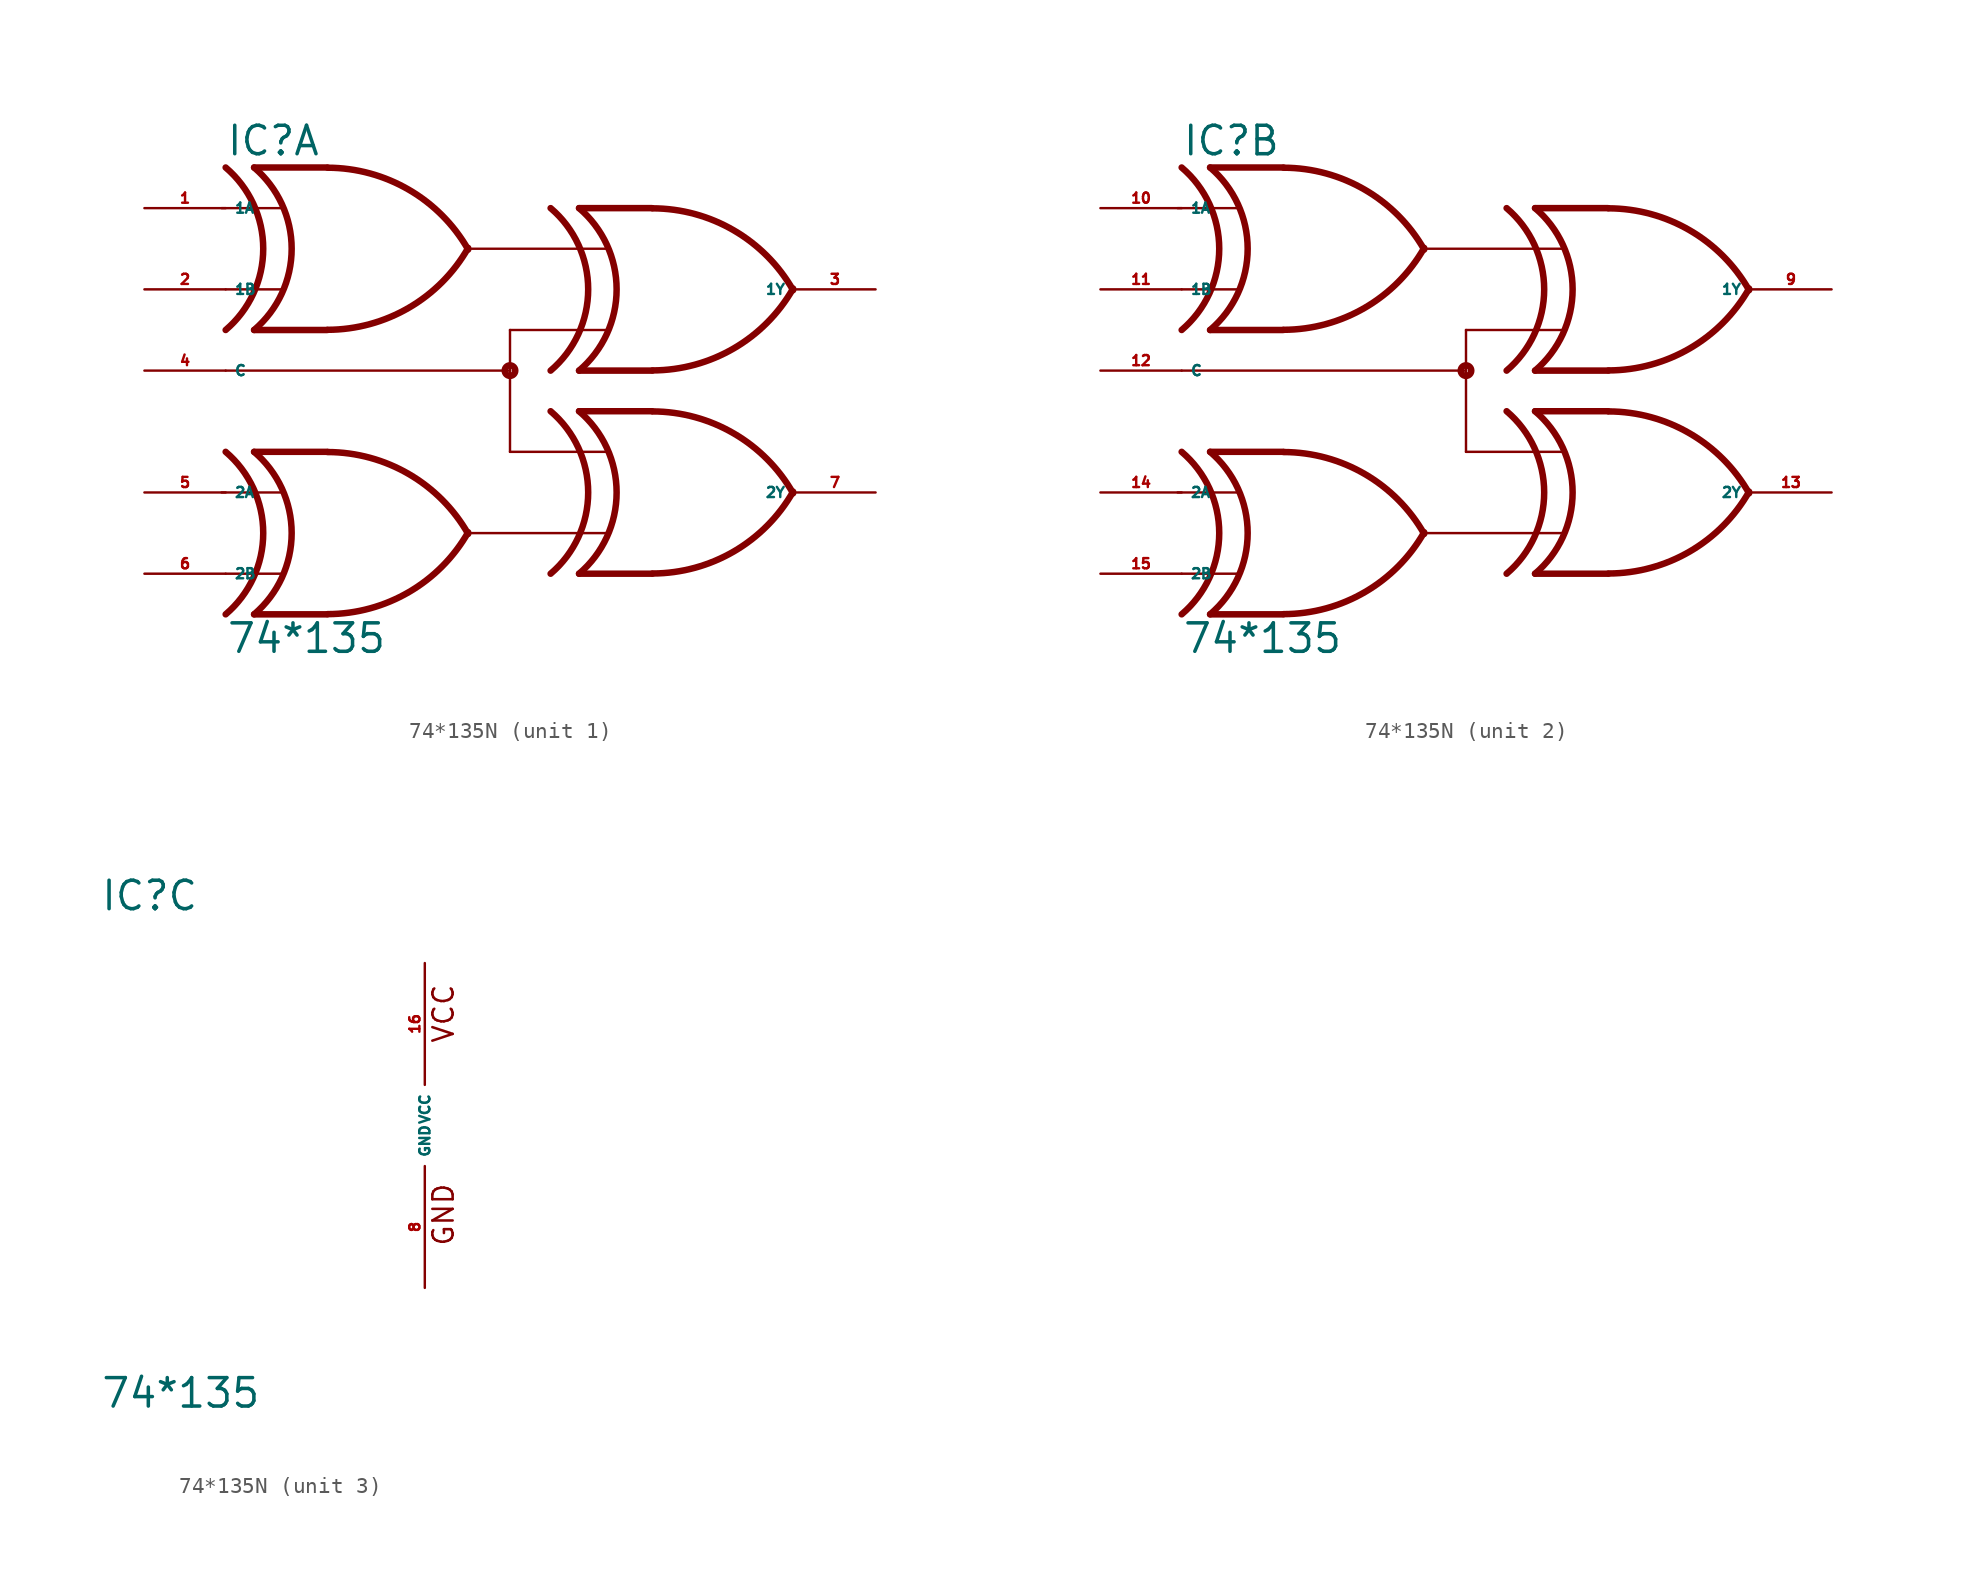
<source format=kicad_sym>
(kicad_symbol_lib
  (version 20220914)
  (generator Eagle2Kicad)
  (symbol "74*135N"
    (property "Reference" "IC"
      (at -20.32 13.335 0)
      (effects (font (size 1.778 1.778) (thickness 0.22)) (justify left bottom)))
    (property "Value" "74*135"
      (at -20.32 -17.78 0)
      (effects (font (size 1.778 1.778) (thickness 0.22)) (justify left bottom)))
    (symbol "74*135N_1_0"
      (polyline (pts (xy -13.97 -5.08) (xy -18.542 -5.08)) (stroke (width 0.406) (type default)) (fill (type none)))
      (polyline (pts (xy -13.97 -15.24) (xy -18.542 -15.24)) (stroke (width 0.406) (type default)) (fill (type none)))
      (polyline (pts (xy -20.574 -7.62) (xy -16.764 -7.62)) (stroke (width 0.152) (type default)) (fill (type none)))
      (polyline (pts (xy -20.32 -12.7) (xy -16.764 -12.7)) (stroke (width 0.152) (type default)) (fill (type none)))
      (arc (start -13.9446 -15.2278) (mid -8.863 -13.849) (end -5.1559 -10.1092) (stroke (width 0.4064) (type default)) (fill (type none)))
      (arc (start -5.156 -10.2107) (mid -8.863 -6.471) (end -13.9446 -5.0922) (stroke (width 0.4064) (type default)) (fill (type none)))
      (arc (start -18.542 -15.24) (mid -16.193 -10.160) (end -18.542 -5.08) (stroke (width 0.4064) (type default)) (fill (type none)))
      (arc (start -20.32 -15.24) (mid -17.971 -10.160) (end -20.32 -5.08) (stroke (width 0.4064) (type default)) (fill (type none)))
      (polyline (pts (xy -13.97 12.7) (xy -18.542 12.7)) (stroke (width 0.406) (type default)) (fill (type none)))
      (polyline (pts (xy -13.97 2.54) (xy -18.542 2.54)) (stroke (width 0.406) (type default)) (fill (type none)))
      (polyline (pts (xy -20.574 10.16) (xy -16.764 10.16)) (stroke (width 0.152) (type default)) (fill (type none)))
      (polyline (pts (xy -20.32 5.08) (xy -16.764 5.08)) (stroke (width 0.152) (type default)) (fill (type none)))
      (arc (start -13.9446 2.5522) (mid -8.863 3.931) (end -5.1559 7.6705) (stroke (width 0.4064) (type default)) (fill (type none)))
      (arc (start -5.1558 7.5694) (mid -8.863 11.309) (end -13.9446 12.6878) (stroke (width 0.4064) (type default)) (fill (type none)))
      (arc (start -18.542 2.54) (mid -16.193 7.620) (end -18.542 12.7) (stroke (width 0.4064) (type default)) (fill (type none)))
      (arc (start -20.32 2.54) (mid -17.971 7.620) (end -20.32 12.7) (stroke (width 0.4064) (type default)) (fill (type none)))
      (polyline (pts (xy 6.35 10.16) (xy 1.778 10.16)) (stroke (width 0.406) (type default)) (fill (type none)))
      (polyline (pts (xy 6.35 0) (xy 1.778 0)) (stroke (width 0.406) (type default)) (fill (type none)))
      (arc (start 6.3754 0.0122) (mid 11.457 1.391) (end 15.1637 5.1308) (stroke (width 0.4064) (type default)) (fill (type none)))
      (arc (start 15.1639 5.0293) (mid 11.457 8.769) (end 6.3754 10.1478) (stroke (width 0.4064) (type default)) (fill (type none)))
      (arc (start 1.778 0) (mid 4.127 5.080) (end 1.778 10.16) (stroke (width 0.4064) (type default)) (fill (type none)))
      (arc (start 0 0) (mid 2.349 5.080) (end 0 10.16) (stroke (width 0.4064) (type default)) (fill (type none)))
      (polyline (pts (xy 6.35 -2.54) (xy 1.778 -2.54)) (stroke (width 0.406) (type default)) (fill (type none)))
      (polyline (pts (xy 6.35 -12.7) (xy 1.778 -12.7)) (stroke (width 0.406) (type default)) (fill (type none)))
      (arc (start 6.3754 -12.6878) (mid 11.457 -11.309) (end 15.1637 -7.5691) (stroke (width 0.4064) (type default)) (fill (type none)))
      (arc (start 15.1636 -7.671) (mid 11.457 -3.931) (end 6.3754 -2.5522) (stroke (width 0.4064) (type default)) (fill (type none)))
      (arc (start 1.778 -12.7) (mid 4.127 -7.620) (end 1.778 -2.54) (stroke (width 0.4064) (type default)) (fill (type none)))
      (arc (start 0 -12.7) (mid 2.349 -7.620) (end 0 -2.54) (stroke (width 0.4064) (type default)) (fill (type none)))
      (polyline (pts (xy -5.08 -10.16) (xy 3.556 -10.16)) (stroke (width 0.152) (type default)) (fill (type none)))
      (polyline (pts (xy -2.54 -5.08) (xy 3.556 -5.08)) (stroke (width 0.152) (type default)) (fill (type none)))
      (polyline (pts (xy -2.54 2.54) (xy 3.556 2.54)) (stroke (width 0.152) (type default)) (fill (type none)))
      (polyline (pts (xy -5.08 7.62) (xy 3.556 7.62)) (stroke (width 0.152) (type default)) (fill (type none)))
      (polyline (pts (xy -2.54 0) (xy -20.32 0)) (stroke (width 0.152) (type default)) (fill (type none)))
      (polyline (pts (xy -2.54 2.54) (xy -2.54 0)) (stroke (width 0.152) (type default)) (fill (type none)))
      (polyline (pts (xy -2.54 0) (xy -2.54 -5.08)) (stroke (width 0.152) (type default)) (fill (type none)))
      (circle (center -2.54 0) (radius 0.127) (stroke (width 0.406) (type default)) (fill (type none)))
      (pin input line (at -25.4 10.16 0) (length 5.08) (name "1A" (effects (font (size 0.635 0.635) (thickness 0.08)) (justify left bottom))) (number "1" (effects (font (size 0.635 0.635) (thickness 0.08)) (justify left bottom))))
      (pin input line (at -25.4 5.08 0) (length 5.08) (name "1B" (effects (font (size 0.635 0.635) (thickness 0.08)) (justify left bottom))) (number "2" (effects (font (size 0.635 0.635) (thickness 0.08)) (justify left bottom))))
      (pin output line (at 20.32 5.08 180) (length 5.08) (name "1Y" (effects (font (size 0.635 0.635) (thickness 0.08)) (justify left bottom))) (number "3" (effects (font (size 0.635 0.635) (thickness 0.08)) (justify left bottom))))
      (pin input line (at -25.4 0 0) (length 5.08) (name "C" (effects (font (size 0.635 0.635) (thickness 0.08)) (justify left bottom))) (number "4" (effects (font (size 0.635 0.635) (thickness 0.08)) (justify left bottom))))
      (pin input line (at -25.4 -7.62 0) (length 5.08) (name "2A" (effects (font (size 0.635 0.635) (thickness 0.08)) (justify left bottom))) (number "5" (effects (font (size 0.635 0.635) (thickness 0.08)) (justify left bottom))))
      (pin input line (at -25.4 -12.7 0) (length 5.08) (name "2B" (effects (font (size 0.635 0.635) (thickness 0.08)) (justify left bottom))) (number "6" (effects (font (size 0.635 0.635) (thickness 0.08)) (justify left bottom))))
      (pin output line (at 20.32 -7.62 180) (length 5.08) (name "2Y" (effects (font (size 0.635 0.635) (thickness 0.08)) (justify left bottom))) (number "7" (effects (font (size 0.635 0.635) (thickness 0.08)) (justify left bottom)))))
    (symbol "74*135N_2_0"
      (polyline (pts (xy -13.97 -5.08) (xy -18.542 -5.08)) (stroke (width 0.406) (type default)) (fill (type none)))
      (polyline (pts (xy -13.97 -15.24) (xy -18.542 -15.24)) (stroke (width 0.406) (type default)) (fill (type none)))
      (polyline (pts (xy -20.574 -7.62) (xy -16.764 -7.62)) (stroke (width 0.152) (type default)) (fill (type none)))
      (polyline (pts (xy -20.32 -12.7) (xy -16.764 -12.7)) (stroke (width 0.152) (type default)) (fill (type none)))
      (arc (start -13.9446 -15.2278) (mid -8.863 -13.849) (end -5.1559 -10.1092) (stroke (width 0.4064) (type default)) (fill (type none)))
      (arc (start -5.156 -10.2107) (mid -8.863 -6.471) (end -13.9446 -5.0922) (stroke (width 0.4064) (type default)) (fill (type none)))
      (arc (start -18.542 -15.24) (mid -16.193 -10.160) (end -18.542 -5.08) (stroke (width 0.4064) (type default)) (fill (type none)))
      (arc (start -20.32 -15.24) (mid -17.971 -10.160) (end -20.32 -5.08) (stroke (width 0.4064) (type default)) (fill (type none)))
      (polyline (pts (xy -13.97 12.7) (xy -18.542 12.7)) (stroke (width 0.406) (type default)) (fill (type none)))
      (polyline (pts (xy -13.97 2.54) (xy -18.542 2.54)) (stroke (width 0.406) (type default)) (fill (type none)))
      (polyline (pts (xy -20.574 10.16) (xy -16.764 10.16)) (stroke (width 0.152) (type default)) (fill (type none)))
      (polyline (pts (xy -20.32 5.08) (xy -16.764 5.08)) (stroke (width 0.152) (type default)) (fill (type none)))
      (arc (start -13.9446 2.5522) (mid -8.863 3.931) (end -5.1559 7.6705) (stroke (width 0.4064) (type default)) (fill (type none)))
      (arc (start -5.1558 7.5694) (mid -8.863 11.309) (end -13.9446 12.6878) (stroke (width 0.4064) (type default)) (fill (type none)))
      (arc (start -18.542 2.54) (mid -16.193 7.620) (end -18.542 12.7) (stroke (width 0.4064) (type default)) (fill (type none)))
      (arc (start -20.32 2.54) (mid -17.971 7.620) (end -20.32 12.7) (stroke (width 0.4064) (type default)) (fill (type none)))
      (polyline (pts (xy 6.35 10.16) (xy 1.778 10.16)) (stroke (width 0.406) (type default)) (fill (type none)))
      (polyline (pts (xy 6.35 0) (xy 1.778 0)) (stroke (width 0.406) (type default)) (fill (type none)))
      (arc (start 6.3754 0.0122) (mid 11.457 1.391) (end 15.1637 5.1308) (stroke (width 0.4064) (type default)) (fill (type none)))
      (arc (start 15.1639 5.0293) (mid 11.457 8.769) (end 6.3754 10.1478) (stroke (width 0.4064) (type default)) (fill (type none)))
      (arc (start 1.778 0) (mid 4.127 5.080) (end 1.778 10.16) (stroke (width 0.4064) (type default)) (fill (type none)))
      (arc (start 0 0) (mid 2.349 5.080) (end 0 10.16) (stroke (width 0.4064) (type default)) (fill (type none)))
      (polyline (pts (xy 6.35 -2.54) (xy 1.778 -2.54)) (stroke (width 0.406) (type default)) (fill (type none)))
      (polyline (pts (xy 6.35 -12.7) (xy 1.778 -12.7)) (stroke (width 0.406) (type default)) (fill (type none)))
      (arc (start 6.3754 -12.6878) (mid 11.457 -11.309) (end 15.1637 -7.5691) (stroke (width 0.4064) (type default)) (fill (type none)))
      (arc (start 15.1636 -7.671) (mid 11.457 -3.931) (end 6.3754 -2.5522) (stroke (width 0.4064) (type default)) (fill (type none)))
      (arc (start 1.778 -12.7) (mid 4.127 -7.620) (end 1.778 -2.54) (stroke (width 0.4064) (type default)) (fill (type none)))
      (arc (start 0 -12.7) (mid 2.349 -7.620) (end 0 -2.54) (stroke (width 0.4064) (type default)) (fill (type none)))
      (polyline (pts (xy -5.08 -10.16) (xy 3.556 -10.16)) (stroke (width 0.152) (type default)) (fill (type none)))
      (polyline (pts (xy -2.54 -5.08) (xy 3.556 -5.08)) (stroke (width 0.152) (type default)) (fill (type none)))
      (polyline (pts (xy -2.54 2.54) (xy 3.556 2.54)) (stroke (width 0.152) (type default)) (fill (type none)))
      (polyline (pts (xy -5.08 7.62) (xy 3.556 7.62)) (stroke (width 0.152) (type default)) (fill (type none)))
      (polyline (pts (xy -2.54 0) (xy -20.32 0)) (stroke (width 0.152) (type default)) (fill (type none)))
      (polyline (pts (xy -2.54 2.54) (xy -2.54 0)) (stroke (width 0.152) (type default)) (fill (type none)))
      (polyline (pts (xy -2.54 0) (xy -2.54 -5.08)) (stroke (width 0.152) (type default)) (fill (type none)))
      (circle (center -2.54 0) (radius 0.127) (stroke (width 0.406) (type default)) (fill (type none)))
      (pin input line (at -25.4 10.16 0) (length 5.08) (name "1A" (effects (font (size 0.635 0.635) (thickness 0.08)) (justify left bottom))) (number "10" (effects (font (size 0.635 0.635) (thickness 0.08)) (justify left bottom))))
      (pin input line (at -25.4 5.08 0) (length 5.08) (name "1B" (effects (font (size 0.635 0.635) (thickness 0.08)) (justify left bottom))) (number "11" (effects (font (size 0.635 0.635) (thickness 0.08)) (justify left bottom))))
      (pin output line (at 20.32 5.08 180) (length 5.08) (name "1Y" (effects (font (size 0.635 0.635) (thickness 0.08)) (justify left bottom))) (number "9" (effects (font (size 0.635 0.635) (thickness 0.08)) (justify left bottom))))
      (pin input line (at -25.4 0 0) (length 5.08) (name "C" (effects (font (size 0.635 0.635) (thickness 0.08)) (justify left bottom))) (number "12" (effects (font (size 0.635 0.635) (thickness 0.08)) (justify left bottom))))
      (pin input line (at -25.4 -7.62 0) (length 5.08) (name "2A" (effects (font (size 0.635 0.635) (thickness 0.08)) (justify left bottom))) (number "14" (effects (font (size 0.635 0.635) (thickness 0.08)) (justify left bottom))))
      (pin input line (at -25.4 -12.7 0) (length 5.08) (name "2B" (effects (font (size 0.635 0.635) (thickness 0.08)) (justify left bottom))) (number "15" (effects (font (size 0.635 0.635) (thickness 0.08)) (justify left bottom))))
      (pin output line (at 20.32 -7.62 180) (length 5.08) (name "2Y" (effects (font (size 0.635 0.635) (thickness 0.08)) (justify left bottom))) (number "13" (effects (font (size 0.635 0.635) (thickness 0.08)) (justify left bottom)))))
    (symbol "74*135N_3_0"
      (text "GND" (at 1.905 -7.62 900) (effects (font (size 1.27 1.27) (thickness 0.16)) (justify left bottom)))
      (text "VCC" (at 1.905 5.08 900) (effects (font (size 1.27 1.27) (thickness 0.16)) (justify left bottom)))
      (pin unspecified line (at 0 -10.16 90) (length 7.62) (name "GND" (effects (font (size 0.635 0.635) (thickness 0.08)) (justify left bottom))) (number "8" (effects (font (size 0.635 0.635) (thickness 0.08)) (justify left bottom))))
      (pin unspecified line (at 0 10.16 270) (length 7.62) (name "VCC" (effects (font (size 0.635 0.635) (thickness 0.08)) (justify left bottom))) (number "16" (effects (font (size 0.635 0.635) (thickness 0.08)) (justify left bottom)))))))
</source>
